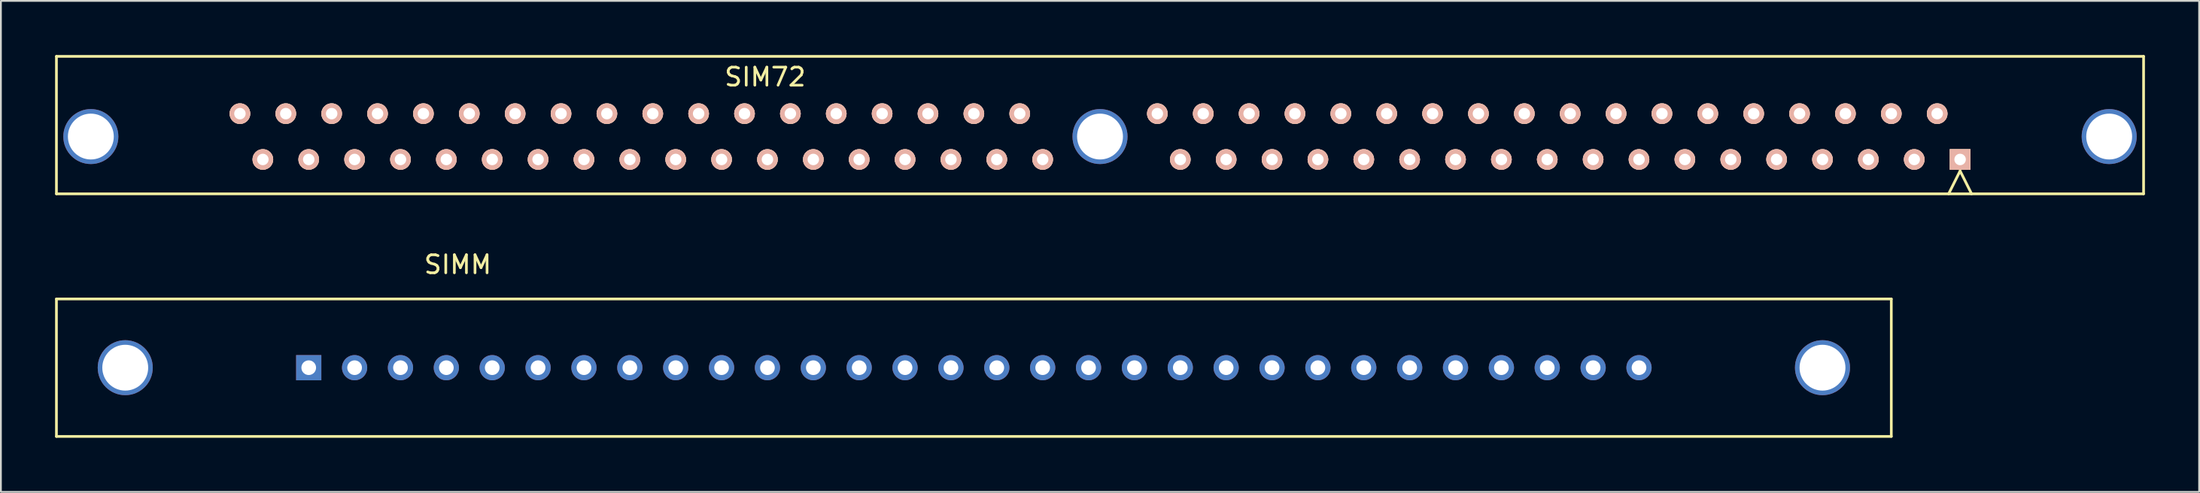
<source format=kicad_pcb>
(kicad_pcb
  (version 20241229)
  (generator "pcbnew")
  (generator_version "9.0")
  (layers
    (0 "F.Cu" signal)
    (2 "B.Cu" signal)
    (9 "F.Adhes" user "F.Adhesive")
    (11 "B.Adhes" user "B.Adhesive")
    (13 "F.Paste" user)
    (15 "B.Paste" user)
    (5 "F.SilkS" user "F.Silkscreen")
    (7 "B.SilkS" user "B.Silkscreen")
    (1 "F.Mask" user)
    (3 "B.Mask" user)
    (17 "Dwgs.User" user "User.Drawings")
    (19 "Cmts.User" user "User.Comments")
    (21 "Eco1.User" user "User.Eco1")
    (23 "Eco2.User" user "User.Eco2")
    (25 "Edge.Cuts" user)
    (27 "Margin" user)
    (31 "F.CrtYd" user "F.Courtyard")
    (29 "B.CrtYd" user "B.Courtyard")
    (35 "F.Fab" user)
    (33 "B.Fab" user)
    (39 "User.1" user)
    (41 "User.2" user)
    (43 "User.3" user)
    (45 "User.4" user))
  (footprint "SIM72"
    (layer "F.Cu")
    (at 57.86 4.52)
    (property "Reference" "SIM72" (at -18.542 -3.302 0) (layer "F.SilkS") (effects (font (size 1 1) (thickness 0.15))))
    (attr through_hole)
    (fp_line (start -57.785 -4.445) (end -57.785 3.175) (stroke (width 0.15) (type solid)) (layer "F.SilkS"))
    (fp_line (start -57.785 3.175) (end 57.785 3.175) (stroke (width 0.15) (type solid)) (layer "F.SilkS"))
    (fp_line (start 46.99 3.175) (end 47.625 1.905) (stroke (width 0.15) (type solid)) (layer "F.SilkS"))
    (fp_line (start 47.625 1.905) (end 48.26 3.175) (stroke (width 0.15) (type solid)) (layer "F.SilkS"))
    (fp_line (start 57.785 -4.445) (end -57.785 -4.445) (stroke (width 0.15) (type solid)) (layer "F.SilkS"))
    (fp_line (start 57.785 3.175) (end 57.785 -4.445) (stroke (width 0.15) (type solid)) (layer "F.SilkS"))
    (pad "" thru_hole circle (at -55.88 0) (size 3.048 3.048) (drill 2.54) (layers "*.Cu" "*.Mask"))
    (pad "" thru_hole circle (at 0 0) (size 3.048 3.048) (drill 2.54) (layers "*.Cu" "*.Mask"))
    (pad "" thru_hole circle (at 55.88 0) (size 3.048 3.048) (drill 2.54) (layers "*.Cu" "*.Mask"))
    (pad "1" thru_hole rect (at 47.625 1.27) (size 1.143 1.143) (drill 0.635) (layers "*.Cu" "*.SilkS" "*.Mask"))
    (pad "2" thru_hole circle (at 46.355 -1.27) (size 1.143 1.143) (drill 0.635) (layers "*.Cu" "*.SilkS" "*.Mask"))
    (pad "3" thru_hole circle (at 45.085 1.27) (size 1.143 1.143) (drill 0.635) (layers "*.Cu" "*.SilkS" "*.Mask"))
    (pad "4" thru_hole circle (at 43.815 -1.27) (size 1.143 1.143) (drill 0.635) (layers "*.Cu" "*.SilkS" "*.Mask"))
    (pad "5" thru_hole circle (at 42.545 1.27) (size 1.143 1.143) (drill 0.635) (layers "*.Cu" "*.SilkS" "*.Mask"))
    (pad "6" thru_hole circle (at 41.275 -1.27) (size 1.143 1.143) (drill 0.635) (layers "*.Cu" "*.SilkS" "*.Mask"))
    (pad "7" thru_hole circle (at 40.005 1.27) (size 1.143 1.143) (drill 0.635) (layers "*.Cu" "*.SilkS" "*.Mask"))
    (pad "8" thru_hole circle (at 38.735 -1.27) (size 1.143 1.143) (drill 0.635) (layers "*.Cu" "*.SilkS" "*.Mask"))
    (pad "9" thru_hole circle (at 37.465 1.27) (size 1.143 1.143) (drill 0.635) (layers "*.Cu" "*.SilkS" "*.Mask"))
    (pad "10" thru_hole circle (at 36.195 -1.27) (size 1.143 1.143) (drill 0.635) (layers "*.Cu" "*.SilkS" "*.Mask"))
    (pad "11" thru_hole circle (at 34.925 1.27) (size 1.143 1.143) (drill 0.635) (layers "*.Cu" "*.SilkS" "*.Mask"))
    (pad "12" thru_hole circle (at 33.655 -1.27) (size 1.143 1.143) (drill 0.635) (layers "*.Cu" "*.SilkS" "*.Mask"))
    (pad "13" thru_hole circle (at 32.385 1.27) (size 1.143 1.143) (drill 0.635) (layers "*.Cu" "*.SilkS" "*.Mask"))
    (pad "14" thru_hole circle (at 31.115 -1.27) (size 1.143 1.143) (drill 0.635) (layers "*.Cu" "*.SilkS" "*.Mask"))
    (pad "15" thru_hole circle (at 29.845 1.27) (size 1.143 1.143) (drill 0.635) (layers "*.Cu" "*.SilkS" "*.Mask"))
    (pad "16" thru_hole circle (at 28.575 -1.27) (size 1.143 1.143) (drill 0.635) (layers "*.Cu" "*.SilkS" "*.Mask"))
    (pad "17" thru_hole circle (at 27.305 1.27) (size 1.143 1.143) (drill 0.635) (layers "*.Cu" "*.SilkS" "*.Mask"))
    (pad "18" thru_hole circle (at 26.035 -1.27) (size 1.143 1.143) (drill 0.635) (layers "*.Cu" "*.SilkS" "*.Mask"))
    (pad "19" thru_hole circle (at 24.765 1.27) (size 1.143 1.143) (drill 0.635) (layers "*.Cu" "*.SilkS" "*.Mask"))
    (pad "20" thru_hole circle (at 23.495 -1.27) (size 1.143 1.143) (drill 0.635) (layers "*.Cu" "*.SilkS" "*.Mask"))
    (pad "21" thru_hole circle (at 22.225 1.27) (size 1.143 1.143) (drill 0.635) (layers "*.Cu" "*.SilkS" "*.Mask"))
    (pad "22" thru_hole circle (at 20.955 -1.27) (size 1.143 1.143) (drill 0.635) (layers "*.Cu" "*.SilkS" "*.Mask"))
    (pad "23" thru_hole circle (at 19.685 1.27) (size 1.143 1.143) (drill 0.635) (layers "*.Cu" "*.SilkS" "*.Mask"))
    (pad "24" thru_hole circle (at 18.415 -1.27) (size 1.143 1.143) (drill 0.635) (layers "*.Cu" "*.SilkS" "*.Mask"))
    (pad "25" thru_hole circle (at 17.145 1.27) (size 1.143 1.143) (drill 0.635) (layers "*.Cu" "*.SilkS" "*.Mask"))
    (pad "26" thru_hole circle (at 15.875 -1.27) (size 1.143 1.143) (drill 0.635) (layers "*.Cu" "*.SilkS" "*.Mask"))
    (pad "27" thru_hole circle (at 14.605 1.27) (size 1.143 1.143) (drill 0.635) (layers "*.Cu" "*.SilkS" "*.Mask"))
    (pad "28" thru_hole circle (at 13.335 -1.27) (size 1.143 1.143) (drill 0.635) (layers "*.Cu" "*.SilkS" "*.Mask"))
    (pad "29" thru_hole circle (at 12.065 1.27) (size 1.143 1.143) (drill 0.635) (layers "*.Cu" "*.SilkS" "*.Mask"))
    (pad "30" thru_hole circle (at 10.795 -1.27) (size 1.143 1.143) (drill 0.635) (layers "*.Cu" "*.SilkS" "*.Mask"))
    (pad "31" thru_hole circle (at 9.525 1.27) (size 1.143 1.143) (drill 0.635) (layers "*.Cu" "*.SilkS" "*.Mask"))
    (pad "32" thru_hole circle (at 8.255 -1.27) (size 1.143 1.143) (drill 0.635) (layers "*.Cu" "*.SilkS" "*.Mask"))
    (pad "33" thru_hole circle (at 6.985 1.27) (size 1.143 1.143) (drill 0.635) (layers "*.Cu" "*.SilkS" "*.Mask"))
    (pad "34" thru_hole circle (at 5.715 -1.27) (size 1.143 1.143) (drill 0.635) (layers "*.Cu" "*.SilkS" "*.Mask"))
    (pad "35" thru_hole circle (at 4.445 1.27) (size 1.143 1.143) (drill 0.635) (layers "*.Cu" "*.SilkS" "*.Mask"))
    (pad "36" thru_hole circle (at 3.175 -1.27) (size 1.143 1.143) (drill 0.635) (layers "*.Cu" "*.SilkS" "*.Mask"))
    (pad "37" thru_hole circle (at -3.175 1.27) (size 1.143 1.143) (drill 0.635) (layers "*.Cu" "*.SilkS" "*.Mask"))
    (pad "38" thru_hole circle (at -4.445 -1.27) (size 1.143 1.143) (drill 0.635) (layers "*.Cu" "*.SilkS" "*.Mask"))
    (pad "39" thru_hole circle (at -5.715 1.27) (size 1.143 1.143) (drill 0.635) (layers "*.Cu" "*.SilkS" "*.Mask"))
    (pad "40" thru_hole circle (at -6.985 -1.27) (size 1.143 1.143) (drill 0.635) (layers "*.Cu" "*.SilkS" "*.Mask"))
    (pad "41" thru_hole circle (at -8.255 1.27) (size 1.143 1.143) (drill 0.635) (layers "*.Cu" "*.SilkS" "*.Mask"))
    (pad "42" thru_hole circle (at -9.525 -1.27) (size 1.143 1.143) (drill 0.635) (layers "*.Cu" "*.SilkS" "*.Mask"))
    (pad "43" thru_hole circle (at -10.795 1.27) (size 1.143 1.143) (drill 0.635) (layers "*.Cu" "*.SilkS" "*.Mask"))
    (pad "44" thru_hole circle (at -12.065 -1.27) (size 1.143 1.143) (drill 0.635) (layers "*.Cu" "*.SilkS" "*.Mask"))
    (pad "45" thru_hole circle (at -13.335 1.27) (size 1.143 1.143) (drill 0.635) (layers "*.Cu" "*.SilkS" "*.Mask"))
    (pad "46" thru_hole circle (at -14.605 -1.27) (size 1.143 1.143) (drill 0.635) (layers "*.Cu" "*.SilkS" "*.Mask"))
    (pad "47" thru_hole circle (at -15.875 1.27) (size 1.143 1.143) (drill 0.635) (layers "*.Cu" "*.SilkS" "*.Mask"))
    (pad "48" thru_hole circle (at -17.145 -1.27) (size 1.143 1.143) (drill 0.635) (layers "*.Cu" "*.SilkS" "*.Mask"))
    (pad "49" thru_hole circle (at -18.415 1.27) (size 1.143 1.143) (drill 0.635) (layers "*.Cu" "*.SilkS" "*.Mask"))
    (pad "50" thru_hole circle (at -19.685 -1.27) (size 1.143 1.143) (drill 0.635) (layers "*.Cu" "*.SilkS" "*.Mask"))
    (pad "51" thru_hole circle (at -20.955 1.27) (size 1.143 1.143) (drill 0.635) (layers "*.Cu" "*.SilkS" "*.Mask"))
    (pad "52" thru_hole circle (at -22.225 -1.27) (size 1.143 1.143) (drill 0.635) (layers "*.Cu" "*.SilkS" "*.Mask"))
    (pad "53" thru_hole circle (at -23.495 1.27) (size 1.143 1.143) (drill 0.635) (layers "*.Cu" "*.SilkS" "*.Mask"))
    (pad "54" thru_hole circle (at -24.765 -1.27) (size 1.143 1.143) (drill 0.635) (layers "*.Cu" "*.SilkS" "*.Mask"))
    (pad "55" thru_hole circle (at -26.035 1.27) (size 1.143 1.143) (drill 0.635) (layers "*.Cu" "*.SilkS" "*.Mask"))
    (pad "56" thru_hole circle (at -27.305 -1.27) (size 1.143 1.143) (drill 0.635) (layers "*.Cu" "*.SilkS" "*.Mask"))
    (pad "57" thru_hole circle (at -28.575 1.27) (size 1.143 1.143) (drill 0.635) (layers "*.Cu" "*.SilkS" "*.Mask"))
    (pad "58" thru_hole circle (at -29.845 -1.27) (size 1.143 1.143) (drill 0.635) (layers "*.Cu" "*.SilkS" "*.Mask"))
    (pad "59" thru_hole circle (at -31.115 1.27) (size 1.143 1.143) (drill 0.635) (layers "*.Cu" "*.SilkS" "*.Mask"))
    (pad "60" thru_hole circle (at -32.385 -1.27) (size 1.143 1.143) (drill 0.635) (layers "*.Cu" "*.SilkS" "*.Mask"))
    (pad "61" thru_hole circle (at -33.655 1.27) (size 1.143 1.143) (drill 0.635) (layers "*.Cu" "*.SilkS" "*.Mask"))
    (pad "62" thru_hole circle (at -34.925 -1.27) (size 1.143 1.143) (drill 0.635) (layers "*.Cu" "*.SilkS" "*.Mask"))
    (pad "63" thru_hole circle (at -36.195 1.27) (size 1.143 1.143) (drill 0.635) (layers "*.Cu" "*.SilkS" "*.Mask"))
    (pad "64" thru_hole circle (at -37.465 -1.27) (size 1.143 1.143) (drill 0.635) (layers "*.Cu" "*.SilkS" "*.Mask"))
    (pad "65" thru_hole circle (at -38.735 1.27) (size 1.143 1.143) (drill 0.635) (layers "*.Cu" "*.SilkS" "*.Mask"))
    (pad "66" thru_hole circle (at -40.005 -1.27) (size 1.143 1.143) (drill 0.635) (layers "*.Cu" "*.SilkS" "*.Mask"))
    (pad "67" thru_hole circle (at -41.275 1.27) (size 1.143 1.143) (drill 0.635) (layers "*.Cu" "*.SilkS" "*.Mask"))
    (pad "68" thru_hole circle (at -42.545 -1.27) (size 1.143 1.143) (drill 0.635) (layers "*.Cu" "*.SilkS" "*.Mask"))
    (pad "69" thru_hole circle (at -43.815 1.27) (size 1.143 1.143) (drill 0.635) (layers "*.Cu" "*.SilkS" "*.Mask"))
    (pad "70" thru_hole circle (at -45.085 -1.27) (size 1.143 1.143) (drill 0.635) (layers "*.Cu" "*.SilkS" "*.Mask"))
    (pad "71" thru_hole circle (at -46.355 1.27) (size 1.143 1.143) (drill 0.635) (layers "*.Cu" "*.SilkS" "*.Mask"))
    (pad "72" thru_hole circle (at -47.625 -1.27) (size 1.143 1.143) (drill 0.635) (layers "*.Cu" "*.SilkS" "*.Mask")))
  (footprint "SIMM"
    (layer "F.Cu")
    (at 50.875 17.333)
    (property "Reference" "SIMM" (at -28.575 -5.715 0) (layer "F.SilkS") (effects (font (size 1 1) (thickness 0.15))))
    (attr through_hole)
    (fp_line (start -50.8 -3.81) (end 50.8 -3.81) (stroke (width 0.15) (type solid)) (layer "F.SilkS"))
    (fp_line (start -50.8 3.81) (end -50.8 -3.81) (stroke (width 0.15) (type solid)) (layer "F.SilkS"))
    (fp_line (start 50.8 -3.81) (end 50.8 3.81) (stroke (width 0.15) (type solid)) (layer "F.SilkS"))
    (fp_line (start 50.8 3.81) (end -50.8 3.81) (stroke (width 0.15) (type solid)) (layer "F.SilkS"))
    (pad "1" thru_hole rect (at -36.83 0) (size 1.397 1.397) (drill 0.813) (layers "*.Cu" "*.Mask"))
    (pad "2" thru_hole circle (at -34.29 0) (size 1.397 1.397) (drill 0.813) (layers "*.Cu" "*.Mask"))
    (pad "3" thru_hole circle (at -31.75 0) (size 1.397 1.397) (drill 0.813) (layers "*.Cu" "*.Mask"))
    (pad "4" thru_hole circle (at -29.21 0) (size 1.397 1.397) (drill 0.813) (layers "*.Cu" "*.Mask"))
    (pad "5" thru_hole circle (at -26.67 0) (size 1.397 1.397) (drill 0.813) (layers "*.Cu" "*.Mask"))
    (pad "6" thru_hole circle (at -24.13 0) (size 1.397 1.397) (drill 0.813) (layers "*.Cu" "*.Mask"))
    (pad "7" thru_hole circle (at -21.59 0) (size 1.397 1.397) (drill 0.813) (layers "*.Cu" "*.Mask"))
    (pad "8" thru_hole circle (at -19.05 0) (size 1.397 1.397) (drill 0.813) (layers "*.Cu" "*.Mask"))
    (pad "9" thru_hole circle (at -16.51 0) (size 1.397 1.397) (drill 0.813) (layers "*.Cu" "*.Mask"))
    (pad "10" thru_hole circle (at -13.97 0) (size 1.397 1.397) (drill 0.813) (layers "*.Cu" "*.Mask"))
    (pad "11" thru_hole circle (at -11.43 0) (size 1.397 1.397) (drill 0.813) (layers "*.Cu" "*.Mask"))
    (pad "12" thru_hole circle (at -8.89 0) (size 1.397 1.397) (drill 0.813) (layers "*.Cu" "*.Mask"))
    (pad "13" thru_hole circle (at -6.35 0) (size 1.397 1.397) (drill 0.813) (layers "*.Cu" "*.Mask"))
    (pad "14" thru_hole circle (at -3.81 0) (size 1.397 1.397) (drill 0.813) (layers "*.Cu" "*.Mask"))
    (pad "15" thru_hole circle (at -1.27 0) (size 1.397 1.397) (drill 0.813) (layers "*.Cu" "*.Mask"))
    (pad "16" thru_hole circle (at 1.27 0) (size 1.397 1.397) (drill 0.813) (layers "*.Cu" "*.Mask"))
    (pad "17" thru_hole circle (at 3.81 0) (size 1.397 1.397) (drill 0.813) (layers "*.Cu" "*.Mask"))
    (pad "18" thru_hole circle (at 6.35 0) (size 1.397 1.397) (drill 0.813) (layers "*.Cu" "*.Mask"))
    (pad "19" thru_hole circle (at 8.89 0) (size 1.397 1.397) (drill 0.813) (layers "*.Cu" "*.Mask"))
    (pad "20" thru_hole circle (at 11.43 0) (size 1.397 1.397) (drill 0.813) (layers "*.Cu" "*.Mask"))
    (pad "21" thru_hole circle (at 13.97 0) (size 1.397 1.397) (drill 0.813) (layers "*.Cu" "*.Mask"))
    (pad "22" thru_hole circle (at 16.51 0) (size 1.397 1.397) (drill 0.813) (layers "*.Cu" "*.Mask"))
    (pad "23" thru_hole circle (at 19.05 0) (size 1.397 1.397) (drill 0.813) (layers "*.Cu" "*.Mask"))
    (pad "24" thru_hole circle (at 21.59 0) (size 1.397 1.397) (drill 0.813) (layers "*.Cu" "*.Mask"))
    (pad "25" thru_hole circle (at 24.13 0) (size 1.397 1.397) (drill 0.813) (layers "*.Cu" "*.Mask"))
    (pad "26" thru_hole circle (at 26.67 0) (size 1.397 1.397) (drill 0.813) (layers "*.Cu" "*.Mask"))
    (pad "27" thru_hole circle (at 29.21 0) (size 1.397 1.397) (drill 0.813) (layers "*.Cu" "*.Mask"))
    (pad "28" thru_hole circle (at 31.75 0) (size 1.397 1.397) (drill 0.813) (layers "*.Cu" "*.Mask"))
    (pad "29" thru_hole circle (at 34.29 0) (size 1.397 1.397) (drill 0.813) (layers "*.Cu" "*.Mask"))
    (pad "30" thru_hole circle (at 36.83 0) (size 1.397 1.397) (drill 0.813) (layers "*.Cu" "*.Mask"))
    (pad "31" thru_hole circle (at 46.99 0) (size 3.048 3.048) (drill 2.54) (layers "*.Cu" "*.Mask"))
    (pad "32" thru_hole circle (at -46.99 0) (size 3.048 3.048) (drill 2.54) (layers "*.Cu" "*.Mask")))
  (gr_rect
    (start -3 -3)
    (end 118.72 24.218)
    (stroke (width 0.1) (type default))
    (fill no)
    (layer "Edge.Cuts")))
</source>
